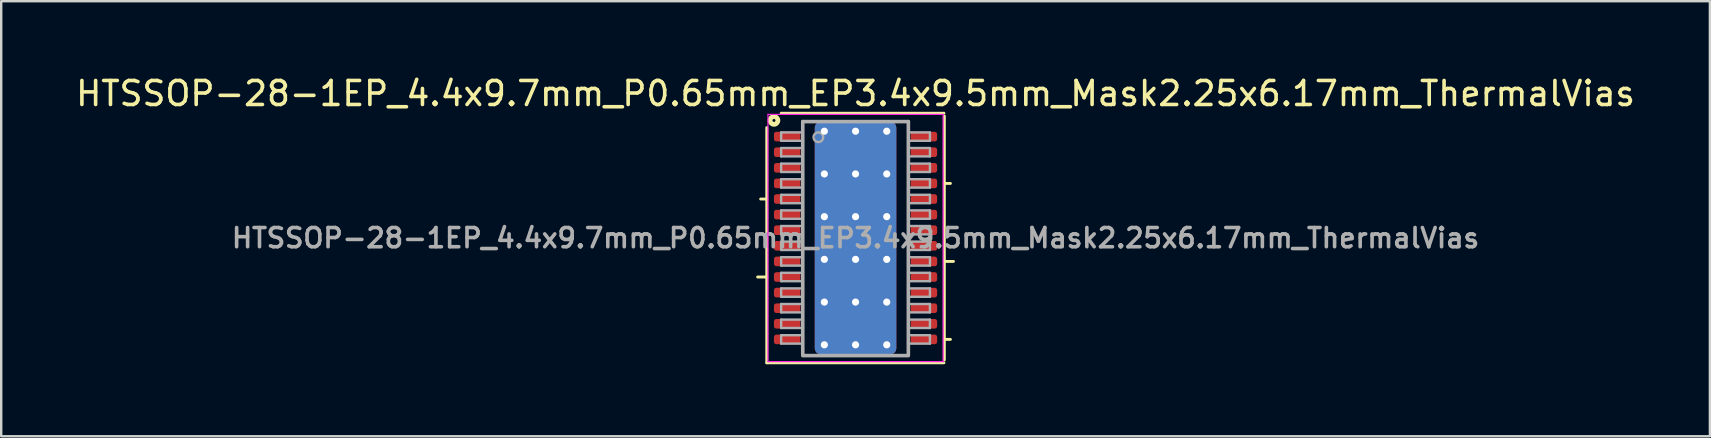
<source format=kicad_pcb>
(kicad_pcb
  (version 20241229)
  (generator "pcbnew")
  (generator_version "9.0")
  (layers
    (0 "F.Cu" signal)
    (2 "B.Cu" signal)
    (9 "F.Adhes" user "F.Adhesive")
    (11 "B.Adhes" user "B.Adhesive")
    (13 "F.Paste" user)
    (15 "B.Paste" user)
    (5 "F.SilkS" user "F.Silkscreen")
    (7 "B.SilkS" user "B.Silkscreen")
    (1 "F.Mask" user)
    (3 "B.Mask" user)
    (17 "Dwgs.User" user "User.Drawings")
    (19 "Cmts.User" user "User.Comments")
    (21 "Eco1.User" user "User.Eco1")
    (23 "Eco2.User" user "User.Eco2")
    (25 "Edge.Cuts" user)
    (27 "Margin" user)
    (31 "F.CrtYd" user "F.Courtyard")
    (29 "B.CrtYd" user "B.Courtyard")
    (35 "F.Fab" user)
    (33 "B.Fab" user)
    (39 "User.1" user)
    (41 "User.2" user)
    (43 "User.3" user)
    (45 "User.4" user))
  (footprint "HTSSOP-28-1EP_4.4x9.7mm_P0.65mm_EP3.4x9.5mm_Mask2.25x6.17mm_ThermalVias"
    (layer "F.Cu")
    (at 32.601 6.868)
    (property "Reference" "HTSSOP-28-1EP_4.4x9.7mm_P0.65mm_EP3.4x9.5mm_Mask2.25x6.17mm_ThermalVias" (at 0 -6.02 0) (layer "F.SilkS") (effects (font (size 1 1) (thickness 0.15))))
    (attr smd)
    (fp_line (start -3.7 -1.625) (end -3.954 -1.625) (stroke (width 0.12) (type solid)) (layer "F.SilkS"))
    (fp_line (start -3.7 1.625) (end -4.081 1.625) (stroke (width 0.12) (type solid)) (layer "F.SilkS"))
    (fp_line (start -3.7 5.2) (end -3.7 -4.6) (stroke (width 0.12) (type solid)) (layer "F.SilkS"))
    (fp_line (start -3.1 -5.2) (end 3.683 -5.2) (stroke (width 0.12) (type solid)) (layer "F.SilkS"))
    (fp_line (start 3.683 5.2) (end -3.7 5.2) (stroke (width 0.12) (type solid)) (layer "F.SilkS"))
    (fp_line (start 3.7 -5.08) (end 3.7 5.08) (stroke (width 0.12) (type solid)) (layer "F.SilkS"))
    (fp_line (start 3.7 -2.275) (end 3.954 -2.275) (stroke (width 0.12) (type solid)) (layer "F.SilkS"))
    (fp_line (start 3.7 0.975) (end 4.081 0.975) (stroke (width 0.12) (type solid)) (layer "F.SilkS"))
    (fp_line (start 3.7 4.225) (end 3.954 4.225) (stroke (width 0.12) (type solid)) (layer "F.SilkS"))
    (fp_circle (center -3.4 -4.9) (end -3.337 -4.9) (stroke (width 0.2) (type solid)) (fill no) (layer "F.SilkS"))
    (fp_line (start -3.65 -5.15) (end -3.65 5.15) (stroke (width 0.05) (type solid)) (layer "F.CrtYd"))
    (fp_line (start -3.65 -5.15) (end 3.65 -5.15) (stroke (width 0.05) (type solid)) (layer "F.CrtYd"))
    (fp_line (start -3.65 5.15) (end 3.65 5.15) (stroke (width 0.05) (type solid)) (layer "F.CrtYd"))
    (fp_line (start 3.65 -5.15) (end 3.65 5.15) (stroke (width 0.05) (type solid)) (layer "F.CrtYd"))
    (fp_line (start -3.1 -4.4) (end -3.1 -4.05) (stroke (width 0.1) (type solid)) (layer "F.Fab"))
    (fp_line (start -3.1 -4.4) (end -2.2 -4.4) (stroke (width 0.1) (type solid)) (layer "F.Fab"))
    (fp_line (start -3.1 -4.05) (end -2.2 -4.05) (stroke (width 0.1) (type solid)) (layer "F.Fab"))
    (fp_line (start -3.1 -3.75) (end -3.1 -3.4) (stroke (width 0.1) (type solid)) (layer "F.Fab"))
    (fp_line (start -3.1 -3.75) (end -2.2 -3.75) (stroke (width 0.1) (type solid)) (layer "F.Fab"))
    (fp_line (start -3.1 -3.4) (end -2.2 -3.4) (stroke (width 0.1) (type solid)) (layer "F.Fab"))
    (fp_line (start -3.1 -3.1) (end -3.1 -2.75) (stroke (width 0.1) (type solid)) (layer "F.Fab"))
    (fp_line (start -3.1 -3.1) (end -2.2 -3.1) (stroke (width 0.1) (type solid)) (layer "F.Fab"))
    (fp_line (start -3.1 -2.75) (end -2.2 -2.75) (stroke (width 0.1) (type solid)) (layer "F.Fab"))
    (fp_line (start -3.1 -2.45) (end -3.1 -2.1) (stroke (width 0.1) (type solid)) (layer "F.Fab"))
    (fp_line (start -3.1 -2.45) (end -2.2 -2.45) (stroke (width 0.1) (type solid)) (layer "F.Fab"))
    (fp_line (start -3.1 -2.1) (end -2.2 -2.1) (stroke (width 0.1) (type solid)) (layer "F.Fab"))
    (fp_line (start -3.1 -1.8) (end -3.1 -1.45) (stroke (width 0.1) (type solid)) (layer "F.Fab"))
    (fp_line (start -3.1 -1.8) (end -2.2 -1.8) (stroke (width 0.1) (type solid)) (layer "F.Fab"))
    (fp_line (start -3.1 -1.45) (end -2.2 -1.45) (stroke (width 0.1) (type solid)) (layer "F.Fab"))
    (fp_line (start -3.1 -1.15) (end -3.1 -0.8) (stroke (width 0.1) (type solid)) (layer "F.Fab"))
    (fp_line (start -3.1 -1.15) (end -2.2 -1.15) (stroke (width 0.1) (type solid)) (layer "F.Fab"))
    (fp_line (start -3.1 -0.8) (end -2.2 -0.8) (stroke (width 0.1) (type solid)) (layer "F.Fab"))
    (fp_line (start -3.1 -0.5) (end -3.1 -0.15) (stroke (width 0.1) (type solid)) (layer "F.Fab"))
    (fp_line (start -3.1 -0.5) (end -2.2 -0.5) (stroke (width 0.1) (type solid)) (layer "F.Fab"))
    (fp_line (start -3.1 -0.15) (end -2.2 -0.15) (stroke (width 0.1) (type solid)) (layer "F.Fab"))
    (fp_line (start -3.1 0.15) (end -3.1 0.5) (stroke (width 0.1) (type solid)) (layer "F.Fab"))
    (fp_line (start -3.1 0.15) (end -2.2 0.15) (stroke (width 0.1) (type solid)) (layer "F.Fab"))
    (fp_line (start -3.1 0.5) (end -2.2 0.5) (stroke (width 0.1) (type solid)) (layer "F.Fab"))
    (fp_line (start -3.1 0.8) (end -3.1 1.15) (stroke (width 0.1) (type solid)) (layer "F.Fab"))
    (fp_line (start -3.1 0.8) (end -2.2 0.8) (stroke (width 0.1) (type solid)) (layer "F.Fab"))
    (fp_line (start -3.1 1.15) (end -2.2 1.15) (stroke (width 0.1) (type solid)) (layer "F.Fab"))
    (fp_line (start -3.1 1.45) (end -3.1 1.8) (stroke (width 0.1) (type solid)) (layer "F.Fab"))
    (fp_line (start -3.1 1.45) (end -2.2 1.45) (stroke (width 0.1) (type solid)) (layer "F.Fab"))
    (fp_line (start -3.1 1.8) (end -2.2 1.8) (stroke (width 0.1) (type solid)) (layer "F.Fab"))
    (fp_line (start -3.1 2.1) (end -3.1 2.45) (stroke (width 0.1) (type solid)) (layer "F.Fab"))
    (fp_line (start -3.1 2.1) (end -2.2 2.1) (stroke (width 0.1) (type solid)) (layer "F.Fab"))
    (fp_line (start -3.1 2.45) (end -2.2 2.45) (stroke (width 0.1) (type solid)) (layer "F.Fab"))
    (fp_line (start -3.1 2.75) (end -3.1 3.1) (stroke (width 0.1) (type solid)) (layer "F.Fab"))
    (fp_line (start -3.1 2.75) (end -2.2 2.75) (stroke (width 0.1) (type solid)) (layer "F.Fab"))
    (fp_line (start -3.1 3.1) (end -2.2 3.1) (stroke (width 0.1) (type solid)) (layer "F.Fab"))
    (fp_line (start -3.1 3.4) (end -3.1 3.75) (stroke (width 0.1) (type solid)) (layer "F.Fab"))
    (fp_line (start -3.1 3.4) (end -2.2 3.4) (stroke (width 0.1) (type solid)) (layer "F.Fab"))
    (fp_line (start -3.1 3.75) (end -2.2 3.75) (stroke (width 0.1) (type solid)) (layer "F.Fab"))
    (fp_line (start -3.1 4.05) (end -3.1 4.4) (stroke (width 0.1) (type solid)) (layer "F.Fab"))
    (fp_line (start -3.1 4.05) (end -2.2 4.05) (stroke (width 0.1) (type solid)) (layer "F.Fab"))
    (fp_line (start -3.1 4.4) (end -2.2 4.4) (stroke (width 0.1) (type solid)) (layer "F.Fab"))
    (fp_line (start -2.2 -4.85) (end 2.2 -4.85) (stroke (width 0.15) (type solid)) (layer "F.Fab"))
    (fp_line (start -2.2 4.85) (end -2.2 -4.85) (stroke (width 0.15) (type solid)) (layer "F.Fab"))
    (fp_line (start 2.2 -4.85) (end 2.2 4.85) (stroke (width 0.15) (type solid)) (layer "F.Fab"))
    (fp_line (start 2.2 4.901) (end -2.2 4.901) (stroke (width 0.15) (type solid)) (layer "F.Fab"))
    (fp_line (start 3.1 -4.4) (end 2.2 -4.4) (stroke (width 0.1) (type solid)) (layer "F.Fab"))
    (fp_line (start 3.1 -4.05) (end 2.2 -4.05) (stroke (width 0.1) (type solid)) (layer "F.Fab"))
    (fp_line (start 3.1 -4.05) (end 3.1 -4.4) (stroke (width 0.1) (type solid)) (layer "F.Fab"))
    (fp_line (start 3.1 -3.75) (end 2.2 -3.75) (stroke (width 0.1) (type solid)) (layer "F.Fab"))
    (fp_line (start 3.1 -3.4) (end 2.2 -3.4) (stroke (width 0.1) (type solid)) (layer "F.Fab"))
    (fp_line (start 3.1 -3.4) (end 3.1 -3.75) (stroke (width 0.1) (type solid)) (layer "F.Fab"))
    (fp_line (start 3.1 -3.1) (end 2.2 -3.1) (stroke (width 0.1) (type solid)) (layer "F.Fab"))
    (fp_line (start 3.1 -2.75) (end 2.2 -2.75) (stroke (width 0.1) (type solid)) (layer "F.Fab"))
    (fp_line (start 3.1 -2.75) (end 3.1 -3.1) (stroke (width 0.1) (type solid)) (layer "F.Fab"))
    (fp_line (start 3.1 -2.45) (end 2.2 -2.45) (stroke (width 0.1) (type solid)) (layer "F.Fab"))
    (fp_line (start 3.1 -2.1) (end 2.2 -2.1) (stroke (width 0.1) (type solid)) (layer "F.Fab"))
    (fp_line (start 3.1 -2.1) (end 3.1 -2.45) (stroke (width 0.1) (type solid)) (layer "F.Fab"))
    (fp_line (start 3.1 -1.8) (end 2.2 -1.8) (stroke (width 0.1) (type solid)) (layer "F.Fab"))
    (fp_line (start 3.1 -1.45) (end 2.2 -1.45) (stroke (width 0.1) (type solid)) (layer "F.Fab"))
    (fp_line (start 3.1 -1.45) (end 3.1 -1.8) (stroke (width 0.1) (type solid)) (layer "F.Fab"))
    (fp_line (start 3.1 -1.15) (end 2.2 -1.15) (stroke (width 0.1) (type solid)) (layer "F.Fab"))
    (fp_line (start 3.1 -0.8) (end 2.2 -0.8) (stroke (width 0.1) (type solid)) (layer "F.Fab"))
    (fp_line (start 3.1 -0.8) (end 3.1 -1.15) (stroke (width 0.1) (type solid)) (layer "F.Fab"))
    (fp_line (start 3.1 -0.5) (end 2.2 -0.5) (stroke (width 0.1) (type solid)) (layer "F.Fab"))
    (fp_line (start 3.1 -0.15) (end 2.2 -0.15) (stroke (width 0.1) (type solid)) (layer "F.Fab"))
    (fp_line (start 3.1 -0.15) (end 3.1 -0.5) (stroke (width 0.1) (type solid)) (layer "F.Fab"))
    (fp_line (start 3.1 0.15) (end 2.2 0.15) (stroke (width 0.1) (type solid)) (layer "F.Fab"))
    (fp_line (start 3.1 0.5) (end 2.2 0.5) (stroke (width 0.1) (type solid)) (layer "F.Fab"))
    (fp_line (start 3.1 0.5) (end 3.1 0.15) (stroke (width 0.1) (type solid)) (layer "F.Fab"))
    (fp_line (start 3.1 0.8) (end 2.2 0.8) (stroke (width 0.1) (type solid)) (layer "F.Fab"))
    (fp_line (start 3.1 1.15) (end 2.2 1.15) (stroke (width 0.1) (type solid)) (layer "F.Fab"))
    (fp_line (start 3.1 1.15) (end 3.1 0.8) (stroke (width 0.1) (type solid)) (layer "F.Fab"))
    (fp_line (start 3.1 1.45) (end 2.2 1.45) (stroke (width 0.1) (type solid)) (layer "F.Fab"))
    (fp_line (start 3.1 1.8) (end 2.2 1.8) (stroke (width 0.1) (type solid)) (layer "F.Fab"))
    (fp_line (start 3.1 1.8) (end 3.1 1.45) (stroke (width 0.1) (type solid)) (layer "F.Fab"))
    (fp_line (start 3.1 2.1) (end 2.2 2.1) (stroke (width 0.1) (type solid)) (layer "F.Fab"))
    (fp_line (start 3.1 2.45) (end 2.2 2.45) (stroke (width 0.1) (type solid)) (layer "F.Fab"))
    (fp_line (start 3.1 2.45) (end 3.1 2.1) (stroke (width 0.1) (type solid)) (layer "F.Fab"))
    (fp_line (start 3.1 2.75) (end 2.2 2.75) (stroke (width 0.1) (type solid)) (layer "F.Fab"))
    (fp_line (start 3.1 3.1) (end 2.2 3.1) (stroke (width 0.1) (type solid)) (layer "F.Fab"))
    (fp_line (start 3.1 3.1) (end 3.1 2.75) (stroke (width 0.1) (type solid)) (layer "F.Fab"))
    (fp_line (start 3.1 3.4) (end 2.2 3.4) (stroke (width 0.1) (type solid)) (layer "F.Fab"))
    (fp_line (start 3.1 3.75) (end 2.2 3.75) (stroke (width 0.1) (type solid)) (layer "F.Fab"))
    (fp_line (start 3.1 3.75) (end 3.1 3.4) (stroke (width 0.1) (type solid)) (layer "F.Fab"))
    (fp_line (start 3.1 4.05) (end 2.2 4.05) (stroke (width 0.1) (type solid)) (layer "F.Fab"))
    (fp_line (start 3.1 4.4) (end 2.2 4.4) (stroke (width 0.1) (type solid)) (layer "F.Fab"))
    (fp_line (start 3.1 4.4) (end 3.1 4.05) (stroke (width 0.1) (type solid)) (layer "F.Fab"))
    (fp_circle (center -1.55 -4.2) (end -1.35 -4.2) (stroke (width 0.1) (type solid)) (fill no) (layer "F.Fab"))
    (fp_text user "${REFERENCE}" (at 0 0 0) (layer "F.Fab") (effects (font (size 0.8 0.8) (thickness 0.15))))
    (pad "" smd roundrect (at -0.6 -1.78) (size 0.9 1.4) (layers "F.Paste") (roundrect_rratio 0.25))
    (pad "" smd roundrect (at -0.6 0) (size 0.9 1.4) (layers "F.Paste") (roundrect_rratio 0.25))
    (pad "" smd roundrect (at -0.6 1.78) (size 0.9 1.4) (layers "F.Paste") (roundrect_rratio 0.25))
    (pad "" smd roundrect (at 0 0) (size 2.25 6.17) (layers "F.Mask") (roundrect_rratio 0.104))
    (pad "" smd roundrect (at 0.6 -1.78) (size 0.9 1.4) (layers "F.Paste") (roundrect_rratio 0.25))
    (pad "" smd roundrect (at 0.6 0) (size 0.9 1.4) (layers "F.Paste") (roundrect_rratio 0.25))
    (pad "" smd roundrect (at 0.6 1.78) (size 0.9 1.4) (layers "F.Paste") (roundrect_rratio 0.25))
    (pad "1" smd roundrect (at -2.85 -4.225) (size 1.1 0.4) (layers "F.Cu" "F.Mask" "F.Paste") (roundrect_rratio 0.25))
    (pad "2" smd roundrect (at -2.85 -3.575) (size 1.1 0.4) (layers "F.Cu" "F.Mask" "F.Paste") (roundrect_rratio 0.25))
    (pad "3" smd roundrect (at -2.85 -2.925) (size 1.1 0.4) (layers "F.Cu" "F.Mask" "F.Paste") (roundrect_rratio 0.25))
    (pad "4" smd roundrect (at -2.85 -2.275) (size 1.1 0.4) (layers "F.Cu" "F.Mask" "F.Paste") (roundrect_rratio 0.25))
    (pad "5" smd roundrect (at -2.85 -1.625) (size 1.1 0.4) (layers "F.Cu" "F.Mask" "F.Paste") (roundrect_rratio 0.25))
    (pad "6" smd roundrect (at -2.85 -0.975) (size 1.1 0.4) (layers "F.Cu" "F.Mask" "F.Paste") (roundrect_rratio 0.25))
    (pad "7" smd roundrect (at -2.85 -0.325) (size 1.1 0.4) (layers "F.Cu" "F.Mask" "F.Paste") (roundrect_rratio 0.25))
    (pad "8" smd roundrect (at -2.85 0.325) (size 1.1 0.4) (layers "F.Cu" "F.Mask" "F.Paste") (roundrect_rratio 0.25))
    (pad "9" smd roundrect (at -2.85 0.975) (size 1.1 0.4) (layers "F.Cu" "F.Mask" "F.Paste") (roundrect_rratio 0.25))
    (pad "10" smd roundrect (at -2.85 1.625) (size 1.1 0.4) (layers "F.Cu" "F.Mask" "F.Paste") (roundrect_rratio 0.25))
    (pad "11" smd roundrect (at -2.85 2.275) (size 1.1 0.4) (layers "F.Cu" "F.Mask" "F.Paste") (roundrect_rratio 0.25))
    (pad "12" smd roundrect (at -2.85 2.925) (size 1.1 0.4) (layers "F.Cu" "F.Mask" "F.Paste") (roundrect_rratio 0.25))
    (pad "13" smd roundrect (at -2.85 3.575) (size 1.1 0.4) (layers "F.Cu" "F.Mask" "F.Paste") (roundrect_rratio 0.25))
    (pad "14" smd roundrect (at -2.85 4.225) (size 1.1 0.4) (layers "F.Cu" "F.Mask" "F.Paste") (roundrect_rratio 0.25))
    (pad "15" smd roundrect (at 2.85 4.225) (size 1.1 0.4) (layers "F.Cu" "F.Mask" "F.Paste") (roundrect_rratio 0.25))
    (pad "16" smd roundrect (at 2.85 3.575) (size 1.1 0.4) (layers "F.Cu" "F.Mask" "F.Paste") (roundrect_rratio 0.25))
    (pad "17" smd roundrect (at 2.85 2.925) (size 1.1 0.4) (layers "F.Cu" "F.Mask" "F.Paste") (roundrect_rratio 0.25))
    (pad "18" smd roundrect (at 2.85 2.275) (size 1.1 0.4) (layers "F.Cu" "F.Mask" "F.Paste") (roundrect_rratio 0.25))
    (pad "19" smd roundrect (at 2.85 1.625) (size 1.1 0.4) (layers "F.Cu" "F.Mask" "F.Paste") (roundrect_rratio 0.25))
    (pad "20" smd roundrect (at 2.85 0.975) (size 1.1 0.4) (layers "F.Cu" "F.Mask" "F.Paste") (roundrect_rratio 0.25))
    (pad "21" smd roundrect (at 2.85 0.325) (size 1.1 0.4) (layers "F.Cu" "F.Mask" "F.Paste") (roundrect_rratio 0.25))
    (pad "22" smd roundrect (at 2.85 -0.325) (size 1.1 0.4) (layers "F.Cu" "F.Mask" "F.Paste") (roundrect_rratio 0.25))
    (pad "23" smd roundrect (at 2.85 -0.975) (size 1.1 0.4) (layers "F.Cu" "F.Mask" "F.Paste") (roundrect_rratio 0.25))
    (pad "24" smd roundrect (at 2.85 -1.625) (size 1.1 0.4) (layers "F.Cu" "F.Mask" "F.Paste") (roundrect_rratio 0.25))
    (pad "25" smd roundrect (at 2.85 -2.275) (size 1.1 0.4) (layers "F.Cu" "F.Mask" "F.Paste") (roundrect_rratio 0.25))
    (pad "26" smd roundrect (at 2.85 -2.925) (size 1.1 0.4) (layers "F.Cu" "F.Mask" "F.Paste") (roundrect_rratio 0.25))
    (pad "27" smd roundrect (at 2.85 -3.575) (size 1.1 0.4) (layers "F.Cu" "F.Mask" "F.Paste") (roundrect_rratio 0.25))
    (pad "28" smd roundrect (at 2.85 -4.225) (size 1.1 0.4) (layers "F.Cu" "F.Mask" "F.Paste") (roundrect_rratio 0.25))
    (pad "29" thru_hole circle (at -1.3 -4.45) (size 0.6 0.6) (drill 0.3) (property pad_prop_heatsink) (layers "*.Cu"))
    (pad "29" thru_hole circle (at -1.3 -2.67) (size 0.6 0.6) (drill 0.3) (property pad_prop_heatsink) (layers "*.Cu"))
    (pad "29" thru_hole circle (at -1.3 -0.89) (size 0.6 0.6) (drill 0.3) (property pad_prop_heatsink) (layers "*.Cu"))
    (pad "29" thru_hole circle (at -1.3 0.89) (size 0.6 0.6) (drill 0.3) (property pad_prop_heatsink) (layers "*.Cu"))
    (pad "29" thru_hole circle (at -1.3 2.67) (size 0.6 0.6) (drill 0.3) (property pad_prop_heatsink) (layers "*.Cu"))
    (pad "29" thru_hole circle (at -1.3 4.45) (size 0.6 0.6) (drill 0.3) (property pad_prop_heatsink) (layers "*.Cu"))
    (pad "29" thru_hole circle (at 0 -4.45) (size 0.6 0.6) (drill 0.3) (property pad_prop_heatsink) (layers "*.Cu"))
    (pad "29" thru_hole circle (at 0 -2.67) (size 0.6 0.6) (drill 0.3) (property pad_prop_heatsink) (layers "*.Cu"))
    (pad "29" thru_hole circle (at 0 -0.89) (size 0.6 0.6) (drill 0.3) (property pad_prop_heatsink) (layers "*.Cu"))
    (pad "29" smd roundrect (at 0 0) (size 3.4 9.7) (layers "F.Cu") (roundrect_rratio 0.074))
    (pad "29" smd roundrect (at 0 0) (size 3.4 9.7) (layers "B.Cu" "B.Mask") (roundrect_rratio 0.074))
    (pad "29" thru_hole circle (at 0 0.89) (size 0.6 0.6) (drill 0.3) (property pad_prop_heatsink) (layers "*.Cu"))
    (pad "29" thru_hole circle (at 0 2.67) (size 0.6 0.6) (drill 0.3) (property pad_prop_heatsink) (layers "*.Cu"))
    (pad "29" thru_hole circle (at 0 4.45) (size 0.6 0.6) (drill 0.3) (property pad_prop_heatsink) (layers "*.Cu"))
    (pad "29" thru_hole circle (at 1.3 -4.45) (size 0.6 0.6) (drill 0.3) (property pad_prop_heatsink) (layers "*.Cu"))
    (pad "29" thru_hole circle (at 1.3 -2.67) (size 0.6 0.6) (drill 0.3) (property pad_prop_heatsink) (layers "*.Cu"))
    (pad "29" thru_hole circle (at 1.3 -0.89) (size 0.6 0.6) (drill 0.3) (property pad_prop_heatsink) (layers "*.Cu"))
    (pad "29" thru_hole circle (at 1.3 0.89) (size 0.6 0.6) (drill 0.3) (property pad_prop_heatsink) (layers "*.Cu"))
    (pad "29" thru_hole circle (at 1.3 2.67) (size 0.6 0.6) (drill 0.3) (property pad_prop_heatsink) (layers "*.Cu"))
    (pad "29" thru_hole circle (at 1.3 4.45) (size 0.6 0.6) (drill 0.3) (property pad_prop_heatsink) (layers "*.Cu")))
  (gr_rect
    (start -3 -3)
    (end 68.202 15.128)
    (stroke (width 0.1) (type default))
    (fill no)
    (layer "Edge.Cuts")))
</source>
